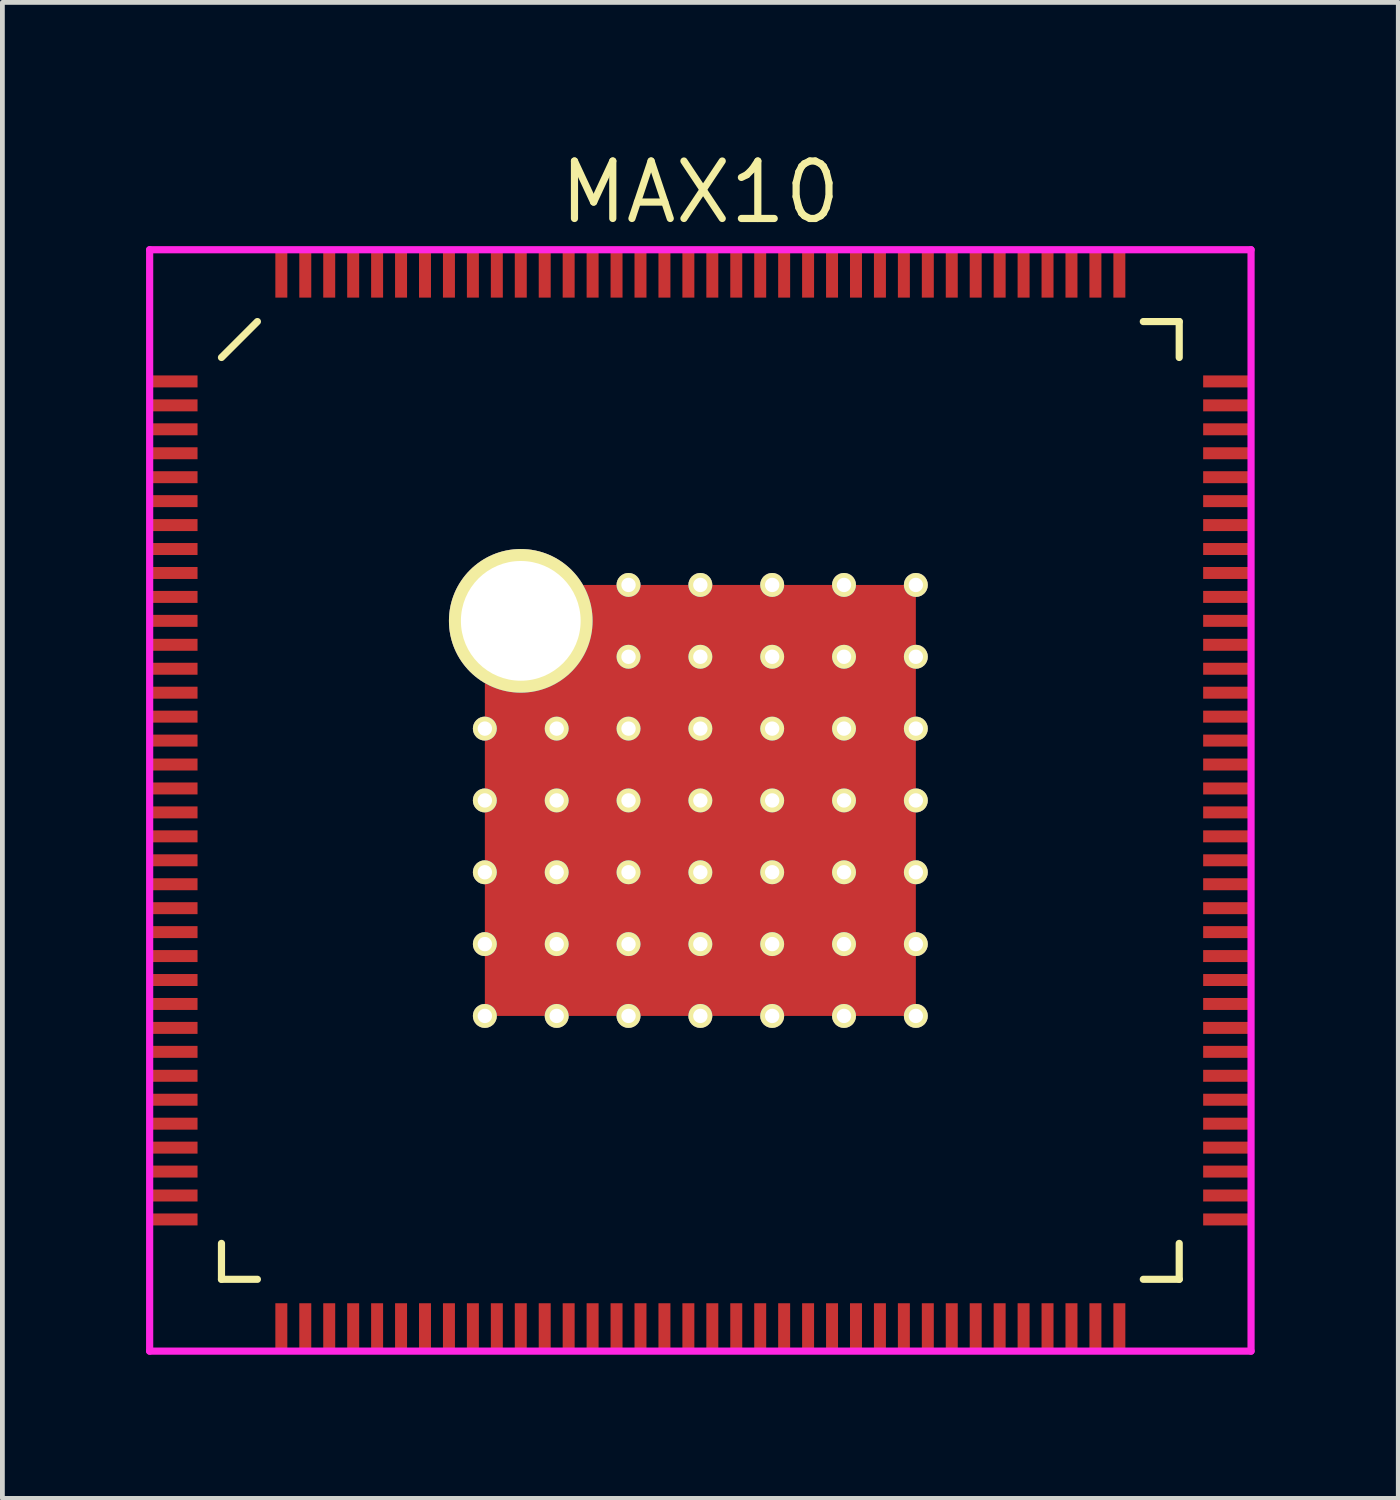
<source format=kicad_pcb>
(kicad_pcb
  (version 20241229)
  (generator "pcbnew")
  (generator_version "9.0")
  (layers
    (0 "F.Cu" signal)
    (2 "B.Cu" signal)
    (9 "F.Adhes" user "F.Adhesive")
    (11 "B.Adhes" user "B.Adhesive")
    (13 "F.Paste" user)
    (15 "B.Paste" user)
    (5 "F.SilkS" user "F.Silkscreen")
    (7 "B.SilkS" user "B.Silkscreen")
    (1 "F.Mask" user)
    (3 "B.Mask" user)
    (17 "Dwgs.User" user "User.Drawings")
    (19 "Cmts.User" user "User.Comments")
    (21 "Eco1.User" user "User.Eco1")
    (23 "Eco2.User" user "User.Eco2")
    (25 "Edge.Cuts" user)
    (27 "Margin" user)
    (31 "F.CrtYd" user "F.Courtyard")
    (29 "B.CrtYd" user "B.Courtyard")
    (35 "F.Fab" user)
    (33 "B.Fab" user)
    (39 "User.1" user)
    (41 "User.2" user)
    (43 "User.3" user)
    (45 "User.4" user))
  (footprint "MAX10"
    (layer "F.Cu")
    (at 11.575 13.665)
    (property "Reference" "MAX10" (at 0 -12.7 0) (layer "F.SilkS") (effects (font (size 1.2 1.2) (thickness 0.15))))
    (attr through_hole)
    (fp_line (start -10 -9.25) (end -9.25 -10) (stroke (width 0.15) (type solid)) (layer "F.SilkS"))
    (fp_line (start -10 10) (end -10 9.25) (stroke (width 0.15) (type solid)) (layer "F.SilkS"))
    (fp_line (start -9.25 10) (end -10 10) (stroke (width 0.15) (type solid)) (layer "F.SilkS"))
    (fp_line (start 9.25 -10) (end 10 -10) (stroke (width 0.15) (type solid)) (layer "F.SilkS"))
    (fp_line (start 9.25 10) (end 10 10) (stroke (width 0.15) (type solid)) (layer "F.SilkS"))
    (fp_line (start 10 -10) (end 10 -9.25) (stroke (width 0.15) (type solid)) (layer "F.SilkS"))
    (fp_line (start 10 10) (end 10 9.25) (stroke (width 0.15) (type solid)) (layer "F.SilkS"))
    (fp_line (start -11.5 -11.5) (end 11.5 -11.5) (stroke (width 0.15) (type solid)) (layer "F.CrtYd"))
    (fp_line (start -11.5 11.5) (end -11.5 -11.5) (stroke (width 0.15) (type solid)) (layer "F.CrtYd"))
    (fp_line (start 11.5 -11.5) (end 11.5 11.5) (stroke (width 0.15) (type solid)) (layer "F.CrtYd"))
    (fp_line (start 11.5 11.5) (end -11.5 11.5) (stroke (width 0.15) (type solid)) (layer "F.CrtYd"))
    (pad "1" smd rect (at -11 -8.75 90) (size 0.25 1) (layers "F.Cu" "F.Mask" "F.Paste"))
    (pad "2" smd rect (at -11 -8.25 90) (size 0.25 1) (layers "F.Cu" "F.Mask" "F.Paste"))
    (pad "3" smd rect (at -11 -7.75 90) (size 0.25 1) (layers "F.Cu" "F.Mask" "F.Paste"))
    (pad "4" smd rect (at -11 -7.25 90) (size 0.25 1) (layers "F.Cu" "F.Mask" "F.Paste"))
    (pad "5" smd rect (at -11 -6.75 90) (size 0.25 1) (layers "F.Cu" "F.Mask" "F.Paste"))
    (pad "6" smd rect (at -11 -6.25 90) (size 0.25 1) (layers "F.Cu" "F.Mask" "F.Paste"))
    (pad "7" smd rect (at -11 -5.75 90) (size 0.25 1) (layers "F.Cu" "F.Mask" "F.Paste"))
    (pad "8" smd rect (at -11 -5.25 90) (size 0.25 1) (layers "F.Cu" "F.Mask" "F.Paste"))
    (pad "9" smd rect (at -11 -4.75 90) (size 0.25 1) (layers "F.Cu" "F.Mask" "F.Paste"))
    (pad "10" smd rect (at -11 -4.25 90) (size 0.25 1) (layers "F.Cu" "F.Mask" "F.Paste"))
    (pad "11" smd rect (at -11 -3.75 90) (size 0.25 1) (layers "F.Cu" "F.Mask" "F.Paste"))
    (pad "12" smd rect (at -11 -3.25 90) (size 0.25 1) (layers "F.Cu" "F.Mask" "F.Paste"))
    (pad "13" smd rect (at -11 -2.75 90) (size 0.25 1) (layers "F.Cu" "F.Mask" "F.Paste"))
    (pad "14" smd rect (at -11 -2.25 90) (size 0.25 1) (layers "F.Cu" "F.Mask" "F.Paste"))
    (pad "15" smd rect (at -11 -1.75 90) (size 0.25 1) (layers "F.Cu" "F.Mask" "F.Paste"))
    (pad "16" smd rect (at -11 -1.25 90) (size 0.25 1) (layers "F.Cu" "F.Mask" "F.Paste"))
    (pad "17" smd rect (at -11 -0.75 90) (size 0.25 1) (layers "F.Cu" "F.Mask" "F.Paste"))
    (pad "18" smd rect (at -11 -0.25 90) (size 0.25 1) (layers "F.Cu" "F.Mask" "F.Paste"))
    (pad "19" smd rect (at -11 0.25 90) (size 0.25 1) (layers "F.Cu" "F.Mask" "F.Paste"))
    (pad "20" smd rect (at -11 0.75 90) (size 0.25 1) (layers "F.Cu" "F.Mask" "F.Paste"))
    (pad "21" smd rect (at -11 1.25 90) (size 0.25 1) (layers "F.Cu" "F.Mask" "F.Paste"))
    (pad "22" smd rect (at -11 1.75 90) (size 0.25 1) (layers "F.Cu" "F.Mask" "F.Paste"))
    (pad "23" smd rect (at -11 2.25 90) (size 0.25 1) (layers "F.Cu" "F.Mask" "F.Paste"))
    (pad "24" smd rect (at -11 2.75 90) (size 0.25 1) (layers "F.Cu" "F.Mask" "F.Paste"))
    (pad "25" smd rect (at -11 3.25 90) (size 0.25 1) (layers "F.Cu" "F.Mask" "F.Paste"))
    (pad "26" smd rect (at -11 3.75 90) (size 0.25 1) (layers "F.Cu" "F.Mask" "F.Paste"))
    (pad "27" smd rect (at -11 4.25 90) (size 0.25 1) (layers "F.Cu" "F.Mask" "F.Paste"))
    (pad "28" smd rect (at -11 4.75 90) (size 0.25 1) (layers "F.Cu" "F.Mask" "F.Paste"))
    (pad "29" smd rect (at -11 5.25 90) (size 0.25 1) (layers "F.Cu" "F.Mask" "F.Paste"))
    (pad "30" smd rect (at -11 5.75 90) (size 0.25 1) (layers "F.Cu" "F.Mask" "F.Paste"))
    (pad "31" smd rect (at -11 6.25 90) (size 0.25 1) (layers "F.Cu" "F.Mask" "F.Paste"))
    (pad "32" smd rect (at -11 6.75 90) (size 0.25 1) (layers "F.Cu" "F.Mask" "F.Paste"))
    (pad "33" smd rect (at -11 7.25 90) (size 0.25 1) (layers "F.Cu" "F.Mask" "F.Paste"))
    (pad "34" smd rect (at -11 7.75 90) (size 0.25 1) (layers "F.Cu" "F.Mask" "F.Paste"))
    (pad "35" smd rect (at -11 8.25 90) (size 0.25 1) (layers "F.Cu" "F.Mask" "F.Paste"))
    (pad "36" smd rect (at -11 8.75 90) (size 0.25 1) (layers "F.Cu" "F.Mask" "F.Paste"))
    (pad "37" smd rect (at -8.75 11) (size 0.25 1) (layers "F.Cu" "F.Mask" "F.Paste"))
    (pad "38" smd rect (at -8.25 11) (size 0.25 1) (layers "F.Cu" "F.Mask" "F.Paste"))
    (pad "39" smd rect (at -7.75 11) (size 0.25 1) (layers "F.Cu" "F.Mask" "F.Paste"))
    (pad "40" smd rect (at -7.25 11) (size 0.25 1) (layers "F.Cu" "F.Mask" "F.Paste"))
    (pad "41" smd rect (at -6.75 11) (size 0.25 1) (layers "F.Cu" "F.Mask" "F.Paste"))
    (pad "42" smd rect (at -6.25 11) (size 0.25 1) (layers "F.Cu" "F.Mask" "F.Paste"))
    (pad "43" smd rect (at -5.75 11) (size 0.25 1) (layers "F.Cu" "F.Mask" "F.Paste"))
    (pad "44" smd rect (at -5.25 11) (size 0.25 1) (layers "F.Cu" "F.Mask" "F.Paste"))
    (pad "45" smd rect (at -4.75 11) (size 0.25 1) (layers "F.Cu" "F.Mask" "F.Paste"))
    (pad "46" smd rect (at -4.25 11) (size 0.25 1) (layers "F.Cu" "F.Mask" "F.Paste"))
    (pad "47" smd rect (at -3.75 11) (size 0.25 1) (layers "F.Cu" "F.Mask" "F.Paste"))
    (pad "48" smd rect (at -3.25 11) (size 0.25 1) (layers "F.Cu" "F.Mask" "F.Paste"))
    (pad "49" smd rect (at -2.75 11) (size 0.25 1) (layers "F.Cu" "F.Mask" "F.Paste"))
    (pad "50" smd rect (at -2.25 11) (size 0.25 1) (layers "F.Cu" "F.Mask" "F.Paste"))
    (pad "51" smd rect (at -1.75 11) (size 0.25 1) (layers "F.Cu" "F.Mask" "F.Paste"))
    (pad "52" smd rect (at -1.25 11) (size 0.25 1) (layers "F.Cu" "F.Mask" "F.Paste"))
    (pad "53" smd rect (at -0.75 11) (size 0.25 1) (layers "F.Cu" "F.Mask" "F.Paste"))
    (pad "54" smd rect (at -0.25 11) (size 0.25 1) (layers "F.Cu" "F.Mask" "F.Paste"))
    (pad "55" smd rect (at 0.25 11) (size 0.25 1) (layers "F.Cu" "F.Mask" "F.Paste"))
    (pad "56" smd rect (at 0.75 11) (size 0.25 1) (layers "F.Cu" "F.Mask" "F.Paste"))
    (pad "57" smd rect (at 1.25 11) (size 0.25 1) (layers "F.Cu" "F.Mask" "F.Paste"))
    (pad "58" smd rect (at 1.75 11) (size 0.25 1) (layers "F.Cu" "F.Mask" "F.Paste"))
    (pad "59" smd rect (at 2.25 11) (size 0.25 1) (layers "F.Cu" "F.Mask" "F.Paste"))
    (pad "60" smd rect (at 2.75 11) (size 0.25 1) (layers "F.Cu" "F.Mask" "F.Paste"))
    (pad "61" smd rect (at 3.25 11) (size 0.25 1) (layers "F.Cu" "F.Mask" "F.Paste"))
    (pad "62" smd rect (at 3.75 11) (size 0.25 1) (layers "F.Cu" "F.Mask" "F.Paste"))
    (pad "63" smd rect (at 4.25 11) (size 0.25 1) (layers "F.Cu" "F.Mask" "F.Paste"))
    (pad "64" smd rect (at 4.75 11) (size 0.25 1) (layers "F.Cu" "F.Mask" "F.Paste"))
    (pad "65" smd rect (at 5.25 11) (size 0.25 1) (layers "F.Cu" "F.Mask" "F.Paste"))
    (pad "66" smd rect (at 5.75 11) (size 0.25 1) (layers "F.Cu" "F.Mask" "F.Paste"))
    (pad "67" smd rect (at 6.25 11) (size 0.25 1) (layers "F.Cu" "F.Mask" "F.Paste"))
    (pad "68" smd rect (at 6.75 11) (size 0.25 1) (layers "F.Cu" "F.Mask" "F.Paste"))
    (pad "69" smd rect (at 7.25 11) (size 0.25 1) (layers "F.Cu" "F.Mask" "F.Paste"))
    (pad "70" smd rect (at 7.75 11) (size 0.25 1) (layers "F.Cu" "F.Mask" "F.Paste"))
    (pad "71" smd rect (at 8.25 11) (size 0.25 1) (layers "F.Cu" "F.Mask" "F.Paste"))
    (pad "72" smd rect (at 8.75 11) (size 0.25 1) (layers "F.Cu" "F.Mask" "F.Paste"))
    (pad "73" smd rect (at 11 8.75 90) (size 0.25 1) (layers "F.Cu" "F.Mask" "F.Paste"))
    (pad "74" smd rect (at 11 8.25 90) (size 0.25 1) (layers "F.Cu" "F.Mask" "F.Paste"))
    (pad "75" smd rect (at 11 7.75 90) (size 0.25 1) (layers "F.Cu" "F.Mask" "F.Paste"))
    (pad "76" smd rect (at 11 7.25 90) (size 0.25 1) (layers "F.Cu" "F.Mask" "F.Paste"))
    (pad "77" smd rect (at 11 6.75 90) (size 0.25 1) (layers "F.Cu" "F.Mask" "F.Paste"))
    (pad "78" smd rect (at 11 6.25 90) (size 0.25 1) (layers "F.Cu" "F.Mask" "F.Paste"))
    (pad "79" smd rect (at 11 5.75 90) (size 0.25 1) (layers "F.Cu" "F.Mask" "F.Paste"))
    (pad "80" smd rect (at 11 5.25 90) (size 0.25 1) (layers "F.Cu" "F.Mask" "F.Paste"))
    (pad "81" smd rect (at 11 4.75 90) (size 0.25 1) (layers "F.Cu" "F.Mask" "F.Paste"))
    (pad "82" smd rect (at 11 4.25 90) (size 0.25 1) (layers "F.Cu" "F.Mask" "F.Paste"))
    (pad "83" smd rect (at 11 3.75 90) (size 0.25 1) (layers "F.Cu" "F.Mask" "F.Paste"))
    (pad "84" smd rect (at 11 3.25 90) (size 0.25 1) (layers "F.Cu" "F.Mask" "F.Paste"))
    (pad "85" smd rect (at 11 2.75 90) (size 0.25 1) (layers "F.Cu" "F.Mask" "F.Paste"))
    (pad "86" smd rect (at 11 2.25 90) (size 0.25 1) (layers "F.Cu" "F.Mask" "F.Paste"))
    (pad "87" smd rect (at 11 1.75 90) (size 0.25 1) (layers "F.Cu" "F.Mask" "F.Paste"))
    (pad "88" smd rect (at 11 1.25 90) (size 0.25 1) (layers "F.Cu" "F.Mask" "F.Paste"))
    (pad "89" smd rect (at 11 0.75 90) (size 0.25 1) (layers "F.Cu" "F.Mask" "F.Paste"))
    (pad "90" smd rect (at 11 0.25 90) (size 0.25 1) (layers "F.Cu" "F.Mask" "F.Paste"))
    (pad "91" smd rect (at 11 -0.25 90) (size 0.25 1) (layers "F.Cu" "F.Mask" "F.Paste"))
    (pad "92" smd rect (at 11 -0.75 90) (size 0.25 1) (layers "F.Cu" "F.Mask" "F.Paste"))
    (pad "93" smd rect (at 11 -1.25 90) (size 0.25 1) (layers "F.Cu" "F.Mask" "F.Paste"))
    (pad "94" smd rect (at 11 -1.75 90) (size 0.25 1) (layers "F.Cu" "F.Mask" "F.Paste"))
    (pad "95" smd rect (at 11 -2.25 90) (size 0.25 1) (layers "F.Cu" "F.Mask" "F.Paste"))
    (pad "96" smd rect (at 11 -2.75 90) (size 0.25 1) (layers "F.Cu" "F.Mask" "F.Paste"))
    (pad "97" smd rect (at 11 -3.25 90) (size 0.25 1) (layers "F.Cu" "F.Mask" "F.Paste"))
    (pad "98" smd rect (at 11 -3.75 90) (size 0.25 1) (layers "F.Cu" "F.Mask" "F.Paste"))
    (pad "99" smd rect (at 11 -4.25 90) (size 0.25 1) (layers "F.Cu" "F.Mask" "F.Paste"))
    (pad "100" smd rect (at 11 -4.75 90) (size 0.25 1) (layers "F.Cu" "F.Mask" "F.Paste"))
    (pad "101" smd rect (at 11 -5.25 90) (size 0.25 1) (layers "F.Cu" "F.Mask" "F.Paste"))
    (pad "102" smd rect (at 11 -5.75 90) (size 0.25 1) (layers "F.Cu" "F.Mask" "F.Paste"))
    (pad "103" smd rect (at 11 -6.25 90) (size 0.25 1) (layers "F.Cu" "F.Mask" "F.Paste"))
    (pad "104" smd rect (at 11 -6.75 90) (size 0.25 1) (layers "F.Cu" "F.Mask" "F.Paste"))
    (pad "105" smd rect (at 11 -7.25 90) (size 0.25 1) (layers "F.Cu" "F.Mask" "F.Paste"))
    (pad "106" smd rect (at 11 -7.75 90) (size 0.25 1) (layers "F.Cu" "F.Mask" "F.Paste"))
    (pad "107" smd rect (at 11 -8.25 90) (size 0.25 1) (layers "F.Cu" "F.Mask" "F.Paste"))
    (pad "108" smd rect (at 11 -8.75 90) (size 0.25 1) (layers "F.Cu" "F.Mask" "F.Paste"))
    (pad "109" smd rect (at 8.75 -11) (size 0.25 1) (layers "F.Cu" "F.Mask" "F.Paste"))
    (pad "110" smd rect (at 8.25 -11) (size 0.25 1) (layers "F.Cu" "F.Mask" "F.Paste"))
    (pad "111" smd rect (at 7.75 -11) (size 0.25 1) (layers "F.Cu" "F.Mask" "F.Paste"))
    (pad "112" smd rect (at 7.25 -11) (size 0.25 1) (layers "F.Cu" "F.Mask" "F.Paste"))
    (pad "113" smd rect (at 6.75 -11) (size 0.25 1) (layers "F.Cu" "F.Mask" "F.Paste"))
    (pad "114" smd rect (at 6.25 -11) (size 0.25 1) (layers "F.Cu" "F.Mask" "F.Paste"))
    (pad "115" smd rect (at 5.75 -11) (size 0.25 1) (layers "F.Cu" "F.Mask" "F.Paste"))
    (pad "116" smd rect (at 5.25 -11) (size 0.25 1) (layers "F.Cu" "F.Mask" "F.Paste"))
    (pad "117" smd rect (at 4.75 -11) (size 0.25 1) (layers "F.Cu" "F.Mask" "F.Paste"))
    (pad "118" smd rect (at 4.25 -11) (size 0.25 1) (layers "F.Cu" "F.Mask" "F.Paste"))
    (pad "119" smd rect (at 3.75 -11) (size 0.25 1) (layers "F.Cu" "F.Mask" "F.Paste"))
    (pad "120" smd rect (at 3.25 -11) (size 0.25 1) (layers "F.Cu" "F.Mask" "F.Paste"))
    (pad "121" smd rect (at 2.75 -11) (size 0.25 1) (layers "F.Cu" "F.Mask" "F.Paste"))
    (pad "122" smd rect (at 2.25 -11) (size 0.25 1) (layers "F.Cu" "F.Mask" "F.Paste"))
    (pad "123" smd rect (at 1.75 -11) (size 0.25 1) (layers "F.Cu" "F.Mask" "F.Paste"))
    (pad "124" smd rect (at 1.25 -11) (size 0.25 1) (layers "F.Cu" "F.Mask" "F.Paste"))
    (pad "125" smd rect (at 0.75 -11) (size 0.25 1) (layers "F.Cu" "F.Mask" "F.Paste"))
    (pad "126" smd rect (at 0.25 -11) (size 0.25 1) (layers "F.Cu" "F.Mask" "F.Paste"))
    (pad "127" smd rect (at -0.25 -11) (size 0.25 1) (layers "F.Cu" "F.Mask" "F.Paste"))
    (pad "128" smd rect (at -0.75 -11) (size 0.25 1) (layers "F.Cu" "F.Mask" "F.Paste"))
    (pad "129" smd rect (at -1.25 -11) (size 0.25 1) (layers "F.Cu" "F.Mask" "F.Paste"))
    (pad "130" smd rect (at -1.75 -11) (size 0.25 1) (layers "F.Cu" "F.Mask" "F.Paste"))
    (pad "131" smd rect (at -2.25 -11) (size 0.25 1) (layers "F.Cu" "F.Mask" "F.Paste"))
    (pad "132" smd rect (at -2.75 -11) (size 0.25 1) (layers "F.Cu" "F.Mask" "F.Paste"))
    (pad "133" smd rect (at -3.25 -11) (size 0.25 1) (layers "F.Cu" "F.Mask" "F.Paste"))
    (pad "134" smd rect (at -3.75 -11) (size 0.25 1) (layers "F.Cu" "F.Mask" "F.Paste"))
    (pad "135" smd rect (at -4.25 -11) (size 0.25 1) (layers "F.Cu" "F.Mask" "F.Paste"))
    (pad "136" smd rect (at -4.75 -11) (size 0.25 1) (layers "F.Cu" "F.Mask" "F.Paste"))
    (pad "137" smd rect (at -5.25 -11) (size 0.25 1) (layers "F.Cu" "F.Mask" "F.Paste"))
    (pad "138" smd rect (at -5.75 -11) (size 0.25 1) (layers "F.Cu" "F.Mask" "F.Paste"))
    (pad "139" smd rect (at -6.25 -11) (size 0.25 1) (layers "F.Cu" "F.Mask" "F.Paste"))
    (pad "140" smd rect (at -6.75 -11) (size 0.25 1) (layers "F.Cu" "F.Mask" "F.Paste"))
    (pad "141" smd rect (at -7.25 -11) (size 0.25 1) (layers "F.Cu" "F.Mask" "F.Paste"))
    (pad "142" smd rect (at -7.75 -11) (size 0.25 1) (layers "F.Cu" "F.Mask" "F.Paste"))
    (pad "143" smd rect (at -8.25 -11) (size 0.25 1) (layers "F.Cu" "F.Mask" "F.Paste"))
    (pad "144" smd rect (at -8.75 -11) (size 0.25 1) (layers "F.Cu" "F.Mask" "F.Paste"))
    (pad "145" thru_hole circle (at -4.5 -1.5) (size 0.5 0.5) (drill 0.3) (layers "*.Cu" "*.Mask" "F.SilkS"))
    (pad "145" thru_hole circle (at -4.5 0) (size 0.5 0.5) (drill 0.3) (layers "*.Cu" "*.Mask" "F.SilkS"))
    (pad "145" thru_hole circle (at -4.5 1.5) (size 0.5 0.5) (drill 0.3) (layers "*.Cu" "*.Mask" "F.SilkS"))
    (pad "145" thru_hole circle (at -4.5 3) (size 0.5 0.5) (drill 0.3) (layers "*.Cu" "*.Mask" "F.SilkS"))
    (pad "145" thru_hole circle (at -4.5 4.5) (size 0.5 0.5) (drill 0.3) (layers "*.Cu" "*.Mask" "F.SilkS"))
    (pad "145" thru_hole circle (at -3.75 -3.75) (size 3 3) (drill 2.5) (layers "*.Cu" "*.Mask" "F.SilkS"))
    (pad "145" thru_hole circle (at -3 -1.5) (size 0.5 0.5) (drill 0.3) (layers "*.Cu" "*.Mask" "F.SilkS"))
    (pad "145" thru_hole circle (at -3 0) (size 0.5 0.5) (drill 0.3) (layers "*.Cu" "*.Mask" "F.SilkS"))
    (pad "145" thru_hole circle (at -3 1.5) (size 0.5 0.5) (drill 0.3) (layers "*.Cu" "*.Mask" "F.SilkS"))
    (pad "145" thru_hole circle (at -3 3) (size 0.5 0.5) (drill 0.3) (layers "*.Cu" "*.Mask" "F.SilkS"))
    (pad "145" thru_hole circle (at -3 4.5) (size 0.5 0.5) (drill 0.3) (layers "*.Cu" "*.Mask" "F.SilkS"))
    (pad "145" smd rect (at -2.25 -2.25) (size 4 4) (layers "F.Cu" "F.Mask" "F.Paste"))
    (pad "145" smd rect (at -2.25 2.25) (size 4 4) (layers "F.Cu" "F.Mask" "F.Paste"))
    (pad "145" thru_hole circle (at -1.5 -4.5) (size 0.5 0.5) (drill 0.3) (layers "*.Cu" "*.Mask" "F.SilkS"))
    (pad "145" thru_hole circle (at -1.5 -3) (size 0.5 0.5) (drill 0.3) (layers "*.Cu" "*.Mask" "F.SilkS"))
    (pad "145" thru_hole circle (at -1.5 -1.5) (size 0.5 0.5) (drill 0.3) (layers "*.Cu" "*.Mask" "F.SilkS"))
    (pad "145" thru_hole circle (at -1.5 0) (size 0.5 0.5) (drill 0.3) (layers "*.Cu" "*.Mask" "F.SilkS"))
    (pad "145" thru_hole circle (at -1.5 1.5) (size 0.5 0.5) (drill 0.3) (layers "*.Cu" "*.Mask" "F.SilkS"))
    (pad "145" thru_hole circle (at -1.5 3) (size 0.5 0.5) (drill 0.3) (layers "*.Cu" "*.Mask" "F.SilkS"))
    (pad "145" thru_hole circle (at -1.5 4.5) (size 0.5 0.5) (drill 0.3) (layers "*.Cu" "*.Mask" "F.SilkS"))
    (pad "145" thru_hole circle (at 0 -4.5) (size 0.5 0.5) (drill 0.3) (layers "*.Cu" "*.Mask" "F.SilkS"))
    (pad "145" thru_hole circle (at 0 -3) (size 0.5 0.5) (drill 0.3) (layers "*.Cu" "*.Mask" "F.SilkS"))
    (pad "145" thru_hole circle (at 0 -1.5) (size 0.5 0.5) (drill 0.3) (layers "*.Cu" "*.Mask" "F.SilkS"))
    (pad "145" thru_hole circle (at 0 0) (size 0.5 0.5) (drill 0.3) (layers "*.Cu" "*.Mask" "F.SilkS"))
    (pad "145" smd rect (at 0 0) (size 9 9) (layers "F.Cu" "F.Mask"))
    (pad "145" thru_hole circle (at 0 1.5) (size 0.5 0.5) (drill 0.3) (layers "*.Cu" "*.Mask" "F.SilkS"))
    (pad "145" thru_hole circle (at 0 3) (size 0.5 0.5) (drill 0.3) (layers "*.Cu" "*.Mask" "F.SilkS"))
    (pad "145" thru_hole circle (at 0 4.5) (size 0.5 0.5) (drill 0.3) (layers "*.Cu" "*.Mask" "F.SilkS"))
    (pad "145" thru_hole circle (at 1.5 -4.5) (size 0.5 0.5) (drill 0.3) (layers "*.Cu" "*.Mask" "F.SilkS"))
    (pad "145" thru_hole circle (at 1.5 -3) (size 0.5 0.5) (drill 0.3) (layers "*.Cu" "*.Mask" "F.SilkS"))
    (pad "145" thru_hole circle (at 1.5 -1.5) (size 0.5 0.5) (drill 0.3) (layers "*.Cu" "*.Mask" "F.SilkS"))
    (pad "145" thru_hole circle (at 1.5 0) (size 0.5 0.5) (drill 0.3) (layers "*.Cu" "*.Mask" "F.SilkS"))
    (pad "145" thru_hole circle (at 1.5 1.5) (size 0.5 0.5) (drill 0.3) (layers "*.Cu" "*.Mask" "F.SilkS"))
    (pad "145" thru_hole circle (at 1.5 3) (size 0.5 0.5) (drill 0.3) (layers "*.Cu" "*.Mask" "F.SilkS"))
    (pad "145" thru_hole circle (at 1.5 4.5) (size 0.5 0.5) (drill 0.3) (layers "*.Cu" "*.Mask" "F.SilkS"))
    (pad "145" smd rect (at 2.25 -2.25) (size 4 4) (layers "F.Cu" "F.Mask" "F.Paste"))
    (pad "145" smd rect (at 2.25 2.25) (size 4 4) (layers "F.Cu" "F.Mask" "F.Paste"))
    (pad "145" thru_hole circle (at 3 -4.5) (size 0.5 0.5) (drill 0.3) (layers "*.Cu" "*.Mask" "F.SilkS"))
    (pad "145" thru_hole circle (at 3 -3) (size 0.5 0.5) (drill 0.3) (layers "*.Cu" "*.Mask" "F.SilkS"))
    (pad "145" thru_hole circle (at 3 -1.5) (size 0.5 0.5) (drill 0.3) (layers "*.Cu" "*.Mask" "F.SilkS"))
    (pad "145" thru_hole circle (at 3 0) (size 0.5 0.5) (drill 0.3) (layers "*.Cu" "*.Mask" "F.SilkS"))
    (pad "145" thru_hole circle (at 3 1.5) (size 0.5 0.5) (drill 0.3) (layers "*.Cu" "*.Mask" "F.SilkS"))
    (pad "145" thru_hole circle (at 3 3) (size 0.5 0.5) (drill 0.3) (layers "*.Cu" "*.Mask" "F.SilkS"))
    (pad "145" thru_hole circle (at 3 4.5) (size 0.5 0.5) (drill 0.3) (layers "*.Cu" "*.Mask" "F.SilkS"))
    (pad "145" thru_hole circle (at 4.5 -4.5) (size 0.5 0.5) (drill 0.3) (layers "*.Cu" "*.Mask" "F.SilkS"))
    (pad "145" thru_hole circle (at 4.5 -3) (size 0.5 0.5) (drill 0.3) (layers "*.Cu" "*.Mask" "F.SilkS"))
    (pad "145" thru_hole circle (at 4.5 -1.5) (size 0.5 0.5) (drill 0.3) (layers "*.Cu" "*.Mask" "F.SilkS"))
    (pad "145" thru_hole circle (at 4.5 0) (size 0.5 0.5) (drill 0.3) (layers "*.Cu" "*.Mask" "F.SilkS"))
    (pad "145" thru_hole circle (at 4.5 1.5) (size 0.5 0.5) (drill 0.3) (layers "*.Cu" "*.Mask" "F.SilkS"))
    (pad "145" thru_hole circle (at 4.5 3) (size 0.5 0.5) (drill 0.3) (layers "*.Cu" "*.Mask" "F.SilkS"))
    (pad "145" thru_hole circle (at 4.5 4.5) (size 0.5 0.5) (drill 0.3) (layers "*.Cu" "*.Mask" "F.SilkS")))
  (gr_rect
    (start -3 -3)
    (end 26.15 28.24)
    (stroke (width 0.1) (type default))
    (fill no)
    (layer "Edge.Cuts")))
</source>
